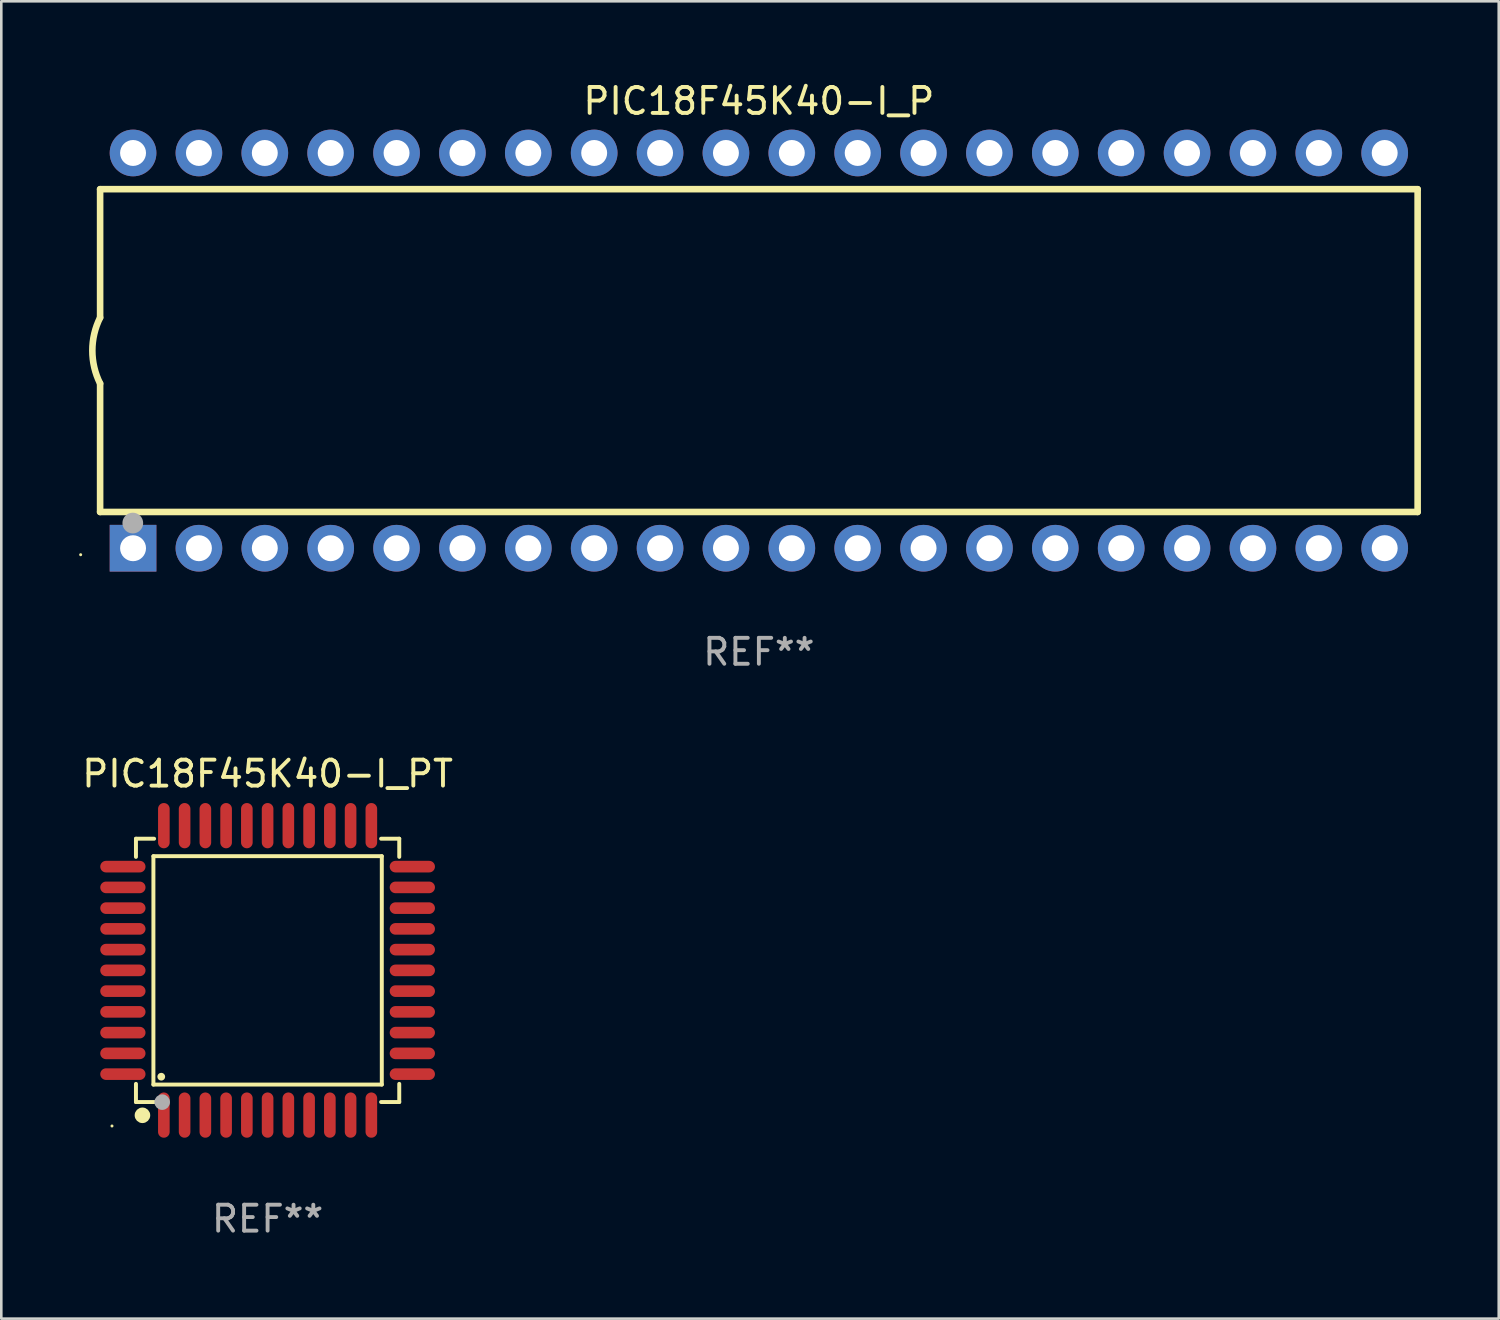
<source format=kicad_pcb>
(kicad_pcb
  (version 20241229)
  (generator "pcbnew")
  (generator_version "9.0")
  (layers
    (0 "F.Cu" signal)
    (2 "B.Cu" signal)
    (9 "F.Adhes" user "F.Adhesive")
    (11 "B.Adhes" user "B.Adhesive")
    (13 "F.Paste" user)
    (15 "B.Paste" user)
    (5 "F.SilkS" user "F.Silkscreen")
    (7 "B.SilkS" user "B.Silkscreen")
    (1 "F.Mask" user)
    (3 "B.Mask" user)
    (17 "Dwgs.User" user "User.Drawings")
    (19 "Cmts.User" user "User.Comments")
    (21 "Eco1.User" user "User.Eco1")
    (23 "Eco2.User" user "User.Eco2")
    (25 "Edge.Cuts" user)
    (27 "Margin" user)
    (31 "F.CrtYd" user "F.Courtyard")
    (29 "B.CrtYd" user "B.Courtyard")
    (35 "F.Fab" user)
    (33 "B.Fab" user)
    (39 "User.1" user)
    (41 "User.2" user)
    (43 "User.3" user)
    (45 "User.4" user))
  (footprint "PIC18F45K40-I_P"
    (layer "F.Cu")
    (at 26.21 10.468)
    (property "Reference" "PIC18F45K40-I_P" (at 0 -9.62 0) (layer "F.SilkS") (effects (font (size 1 1) (thickness 0.15))))
    (attr through_hole)
    (fp_line (start -25.4 -6.224) (end -25.4 -1.271) (stroke (width 0.254) (type solid)) (layer "F.SilkS"))
    (fp_line (start -25.4 -6.224) (end 25.4 -6.224) (stroke (width 0.254) (type solid)) (layer "F.SilkS"))
    (fp_line (start -25.4 1.269) (end -25.4 6.222) (stroke (width 0.254) (type solid)) (layer "F.SilkS"))
    (fp_line (start -25.4 6.222) (end 25.4 6.222) (stroke (width 0.254) (type solid)) (layer "F.SilkS"))
    (fp_line (start 25.4 6.222) (end 25.4 -6.224) (stroke (width 0.254) (type solid)) (layer "F.SilkS"))
    (fp_arc (start -25.4 1.269241) (mid -25.699807 -0.000762) (end -25.4 -1.270765) (stroke (width 0.254001) (type solid)) (layer "F.SilkS"))
    (fp_circle (center -26.15 7.87) (end -26.12 7.87) (stroke (width 0.06) (type solid)) (fill no) (layer "F.SilkS"))
    (fp_circle (center -24.14 6.65) (end -23.94 6.65) (stroke (width 0.4) (type solid)) (fill no) (layer "F.Fab"))
    (fp_text user "REF**" (at 0 11.62 0) (layer "F.Fab") (effects (font (size 1 1) (thickness 0.15))))
    (pad "1" thru_hole rect (at -24.13 7.62 90) (size 1.8 1.8) (drill 1) (layers "*.Cu" "*.Mask"))
    (pad "2" thru_hole circle (at -21.59 7.62) (size 1.8 1.8) (drill 1) (layers "*.Cu" "*.Mask"))
    (pad "3" thru_hole circle (at -19.05 7.62) (size 1.8 1.8) (drill 1) (layers "*.Cu" "*.Mask"))
    (pad "4" thru_hole circle (at -16.51 7.62) (size 1.8 1.8) (drill 1) (layers "*.Cu" "*.Mask"))
    (pad "5" thru_hole circle (at -13.97 7.62) (size 1.8 1.8) (drill 1) (layers "*.Cu" "*.Mask"))
    (pad "6" thru_hole circle (at -11.43 7.62) (size 1.8 1.8) (drill 1) (layers "*.Cu" "*.Mask"))
    (pad "7" thru_hole circle (at -8.89 7.62) (size 1.8 1.8) (drill 1) (layers "*.Cu" "*.Mask"))
    (pad "8" thru_hole circle (at -6.35 7.62) (size 1.8 1.8) (drill 1) (layers "*.Cu" "*.Mask"))
    (pad "9" thru_hole circle (at -3.81 7.62) (size 1.8 1.8) (drill 1) (layers "*.Cu" "*.Mask"))
    (pad "10" thru_hole circle (at -1.27 7.62) (size 1.8 1.8) (drill 1) (layers "*.Cu" "*.Mask"))
    (pad "11" thru_hole circle (at 1.27 7.62) (size 1.8 1.8) (drill 1) (layers "*.Cu" "*.Mask"))
    (pad "12" thru_hole circle (at 3.81 7.62) (size 1.8 1.8) (drill 1) (layers "*.Cu" "*.Mask"))
    (pad "13" thru_hole circle (at 6.35 7.62) (size 1.8 1.8) (drill 1) (layers "*.Cu" "*.Mask"))
    (pad "14" thru_hole circle (at 8.89 7.62) (size 1.8 1.8) (drill 1) (layers "*.Cu" "*.Mask"))
    (pad "15" thru_hole circle (at 11.43 7.62) (size 1.8 1.8) (drill 1) (layers "*.Cu" "*.Mask"))
    (pad "16" thru_hole circle (at 13.97 7.62) (size 1.8 1.8) (drill 1) (layers "*.Cu" "*.Mask"))
    (pad "17" thru_hole circle (at 16.51 7.62) (size 1.8 1.8) (drill 1) (layers "*.Cu" "*.Mask"))
    (pad "18" thru_hole circle (at 19.05 7.62) (size 1.8 1.8) (drill 1) (layers "*.Cu" "*.Mask"))
    (pad "19" thru_hole circle (at 21.59 7.62) (size 1.8 1.8) (drill 1) (layers "*.Cu" "*.Mask"))
    (pad "20" thru_hole circle (at 24.13 7.62) (size 1.8 1.8) (drill 1) (layers "*.Cu" "*.Mask"))
    (pad "21" thru_hole circle (at 24.13 -7.62) (size 1.8 1.8) (drill 1) (layers "*.Cu" "*.Mask"))
    (pad "22" thru_hole circle (at 21.59 -7.62) (size 1.8 1.8) (drill 1) (layers "*.Cu" "*.Mask"))
    (pad "23" thru_hole circle (at 19.05 -7.62) (size 1.8 1.8) (drill 1) (layers "*.Cu" "*.Mask"))
    (pad "24" thru_hole circle (at 16.51 -7.62) (size 1.8 1.8) (drill 1) (layers "*.Cu" "*.Mask"))
    (pad "25" thru_hole circle (at 13.97 -7.62) (size 1.8 1.8) (drill 1) (layers "*.Cu" "*.Mask"))
    (pad "26" thru_hole circle (at 11.43 -7.62) (size 1.8 1.8) (drill 1) (layers "*.Cu" "*.Mask"))
    (pad "27" thru_hole circle (at 8.89 -7.62) (size 1.8 1.8) (drill 1) (layers "*.Cu" "*.Mask"))
    (pad "28" thru_hole circle (at 6.35 -7.62) (size 1.8 1.8) (drill 1) (layers "*.Cu" "*.Mask"))
    (pad "29" thru_hole circle (at 3.81 -7.62) (size 1.8 1.8) (drill 1) (layers "*.Cu" "*.Mask"))
    (pad "30" thru_hole circle (at 1.27 -7.62) (size 1.8 1.8) (drill 1) (layers "*.Cu" "*.Mask"))
    (pad "31" thru_hole circle (at -1.27 -7.62) (size 1.8 1.8) (drill 1) (layers "*.Cu" "*.Mask"))
    (pad "32" thru_hole circle (at -3.81 -7.62) (size 1.8 1.8) (drill 1) (layers "*.Cu" "*.Mask"))
    (pad "33" thru_hole circle (at -6.35 -7.62) (size 1.8 1.8) (drill 1) (layers "*.Cu" "*.Mask"))
    (pad "34" thru_hole circle (at -8.89 -7.62) (size 1.8 1.8) (drill 1) (layers "*.Cu" "*.Mask"))
    (pad "35" thru_hole circle (at -11.43 -7.62) (size 1.8 1.8) (drill 1) (layers "*.Cu" "*.Mask"))
    (pad "36" thru_hole circle (at -13.97 -7.62) (size 1.8 1.8) (drill 1) (layers "*.Cu" "*.Mask"))
    (pad "37" thru_hole circle (at -16.51 -7.62) (size 1.8 1.8) (drill 1) (layers "*.Cu" "*.Mask"))
    (pad "38" thru_hole circle (at -19.05 -7.62) (size 1.8 1.8) (drill 1) (layers "*.Cu" "*.Mask"))
    (pad "39" thru_hole circle (at -21.59 -7.62) (size 1.8 1.8) (drill 1) (layers "*.Cu" "*.Mask"))
    (pad "40" thru_hole circle (at -24.13 -7.62) (size 1.8 1.8) (drill 1) (layers "*.Cu" "*.Mask")))
  (footprint "PIC18F45K40-I_PT"
    (layer "F.Cu")
    (at 7.268 34.365)
    (property "Reference" "PIC18F45K40-I_PT" (at 0 -7.58 0) (layer "F.SilkS") (effects (font (size 1 1) (thickness 0.15))))
    (attr through_hole)
    (fp_line (start -5.076 -5.076) (end -5.076 -4.376) (stroke (width 0.152) (type solid)) (layer "F.SilkS"))
    (fp_line (start -5.076 5.076) (end -5.076 4.376) (stroke (width 0.152) (type solid)) (layer "F.SilkS"))
    (fp_line (start -4.403 -4.403) (end 4.403 -4.403) (stroke (width 0.152) (type solid)) (layer "F.SilkS"))
    (fp_line (start -4.403 4.403) (end -4.403 -4.403) (stroke (width 0.152) (type solid)) (layer "F.SilkS"))
    (fp_line (start -4.376 -5.076) (end -5.076 -5.076) (stroke (width 0.152) (type solid)) (layer "F.SilkS"))
    (fp_line (start -4.376 5.076) (end -5.076 5.076) (stroke (width 0.152) (type solid)) (layer "F.SilkS"))
    (fp_line (start 4.376 -5.076) (end 5.076 -5.076) (stroke (width 0.152) (type solid)) (layer "F.SilkS"))
    (fp_line (start 4.376 5.076) (end 5.076 5.076) (stroke (width 0.152) (type solid)) (layer "F.SilkS"))
    (fp_line (start 4.403 -4.403) (end 4.403 4.403) (stroke (width 0.152) (type solid)) (layer "F.SilkS"))
    (fp_line (start 4.403 4.403) (end -4.403 4.403) (stroke (width 0.152) (type solid)) (layer "F.SilkS"))
    (fp_line (start 5.076 -5.076) (end 5.076 -4.376) (stroke (width 0.152) (type solid)) (layer "F.SilkS"))
    (fp_line (start 5.076 5.076) (end 5.076 4.376) (stroke (width 0.152) (type solid)) (layer "F.SilkS"))
    (fp_circle (center -6 6) (end -5.97 6) (stroke (width 0.06) (type solid)) (fill no) (layer "F.SilkS"))
    (fp_circle (center -4.826 5.588) (end -4.676 5.588) (stroke (width 0.3) (type solid)) (fill no) (layer "F.SilkS"))
    (fp_circle (center -4.1 4.1) (end -4.025 4.1) (stroke (width 0.15) (type solid)) (fill no) (layer "F.SilkS"))
    (fp_circle (center -4.064 5.08) (end -3.914 5.08) (stroke (width 0.3) (type solid)) (fill no) (layer "F.Fab"))
    (fp_text user "REF**" (at 0 9.58 0) (layer "F.Fab") (effects (font (size 1 1) (thickness 0.15))))
    (pad "1" smd oval (at -4 5.58) (size 0.448 1.745) (layers "F.Cu" "F.Mask" "F.Paste"))
    (pad "2" smd oval (at -3.2 5.58) (size 0.448 1.745) (layers "F.Cu" "F.Mask" "F.Paste"))
    (pad "3" smd oval (at -2.4 5.58) (size 0.448 1.745) (layers "F.Cu" "F.Mask" "F.Paste"))
    (pad "4" smd oval (at -1.6 5.58) (size 0.448 1.745) (layers "F.Cu" "F.Mask" "F.Paste"))
    (pad "5" smd oval (at -0.8 5.58) (size 0.448 1.745) (layers "F.Cu" "F.Mask" "F.Paste"))
    (pad "6" smd oval (at 0 5.58) (size 0.448 1.745) (layers "F.Cu" "F.Mask" "F.Paste"))
    (pad "7" smd oval (at 0.8 5.58) (size 0.448 1.745) (layers "F.Cu" "F.Mask" "F.Paste"))
    (pad "8" smd oval (at 1.6 5.58) (size 0.448 1.745) (layers "F.Cu" "F.Mask" "F.Paste"))
    (pad "9" smd oval (at 2.4 5.58) (size 0.448 1.745) (layers "F.Cu" "F.Mask" "F.Paste"))
    (pad "10" smd oval (at 3.2 5.58) (size 0.448 1.745) (layers "F.Cu" "F.Mask" "F.Paste"))
    (pad "11" smd oval (at 4 5.58) (size 0.448 1.745) (layers "F.Cu" "F.Mask" "F.Paste"))
    (pad "12" smd oval (at 5.58 4) (size 1.745 0.448) (layers "F.Cu" "F.Mask" "F.Paste"))
    (pad "13" smd oval (at 5.58 3.2) (size 1.745 0.448) (layers "F.Cu" "F.Mask" "F.Paste"))
    (pad "14" smd oval (at 5.58 2.4) (size 1.745 0.448) (layers "F.Cu" "F.Mask" "F.Paste"))
    (pad "15" smd oval (at 5.58 1.6) (size 1.745 0.448) (layers "F.Cu" "F.Mask" "F.Paste"))
    (pad "16" smd oval (at 5.58 0.8) (size 1.745 0.448) (layers "F.Cu" "F.Mask" "F.Paste"))
    (pad "17" smd oval (at 5.58 0) (size 1.745 0.448) (layers "F.Cu" "F.Mask" "F.Paste"))
    (pad "18" smd oval (at 5.58 -0.8) (size 1.745 0.448) (layers "F.Cu" "F.Mask" "F.Paste"))
    (pad "19" smd oval (at 5.58 -1.6) (size 1.745 0.448) (layers "F.Cu" "F.Mask" "F.Paste"))
    (pad "20" smd oval (at 5.58 -2.4) (size 1.745 0.448) (layers "F.Cu" "F.Mask" "F.Paste"))
    (pad "21" smd oval (at 5.58 -3.2) (size 1.745 0.448) (layers "F.Cu" "F.Mask" "F.Paste"))
    (pad "22" smd oval (at 5.58 -4) (size 1.745 0.448) (layers "F.Cu" "F.Mask" "F.Paste"))
    (pad "23" smd oval (at 4 -5.58) (size 0.448 1.745) (layers "F.Cu" "F.Mask" "F.Paste"))
    (pad "24" smd oval (at 3.2 -5.58) (size 0.448 1.745) (layers "F.Cu" "F.Mask" "F.Paste"))
    (pad "25" smd oval (at 2.4 -5.58) (size 0.448 1.745) (layers "F.Cu" "F.Mask" "F.Paste"))
    (pad "26" smd oval (at 1.6 -5.58) (size 0.448 1.745) (layers "F.Cu" "F.Mask" "F.Paste"))
    (pad "27" smd oval (at 0.8 -5.58) (size 0.448 1.745) (layers "F.Cu" "F.Mask" "F.Paste"))
    (pad "28" smd oval (at 0 -5.58) (size 0.448 1.745) (layers "F.Cu" "F.Mask" "F.Paste"))
    (pad "29" smd oval (at -0.8 -5.58) (size 0.448 1.745) (layers "F.Cu" "F.Mask" "F.Paste"))
    (pad "30" smd oval (at -1.6 -5.58) (size 0.448 1.745) (layers "F.Cu" "F.Mask" "F.Paste"))
    (pad "31" smd oval (at -2.4 -5.58) (size 0.448 1.745) (layers "F.Cu" "F.Mask" "F.Paste"))
    (pad "32" smd oval (at -3.2 -5.58) (size 0.448 1.745) (layers "F.Cu" "F.Mask" "F.Paste"))
    (pad "33" smd oval (at -4 -5.58) (size 0.448 1.745) (layers "F.Cu" "F.Mask" "F.Paste"))
    (pad "34" smd oval (at -5.58 -4) (size 1.745 0.448) (layers "F.Cu" "F.Mask" "F.Paste"))
    (pad "35" smd oval (at -5.58 -3.2) (size 1.745 0.448) (layers "F.Cu" "F.Mask" "F.Paste"))
    (pad "36" smd oval (at -5.58 -2.4) (size 1.745 0.448) (layers "F.Cu" "F.Mask" "F.Paste"))
    (pad "37" smd oval (at -5.58 -1.6) (size 1.745 0.448) (layers "F.Cu" "F.Mask" "F.Paste"))
    (pad "38" smd oval (at -5.58 -0.8) (size 1.745 0.448) (layers "F.Cu" "F.Mask" "F.Paste"))
    (pad "39" smd oval (at -5.58 0) (size 1.745 0.448) (layers "F.Cu" "F.Mask" "F.Paste"))
    (pad "40" smd oval (at -5.58 0.8) (size 1.745 0.448) (layers "F.Cu" "F.Mask" "F.Paste"))
    (pad "41" smd oval (at -5.58 1.6) (size 1.745 0.448) (layers "F.Cu" "F.Mask" "F.Paste"))
    (pad "42" smd oval (at -5.58 2.4) (size 1.745 0.448) (layers "F.Cu" "F.Mask" "F.Paste"))
    (pad "43" smd oval (at -5.58 3.2) (size 1.745 0.448) (layers "F.Cu" "F.Mask" "F.Paste"))
    (pad "44" smd oval (at -5.58 4) (size 1.745 0.448) (layers "F.Cu" "F.Mask" "F.Paste")))
  (gr_rect
    (start -3 -3)
    (end 54.737 47.793)
    (stroke (width 0.1) (type default))
    (fill no)
    (layer "Edge.Cuts")))
</source>
